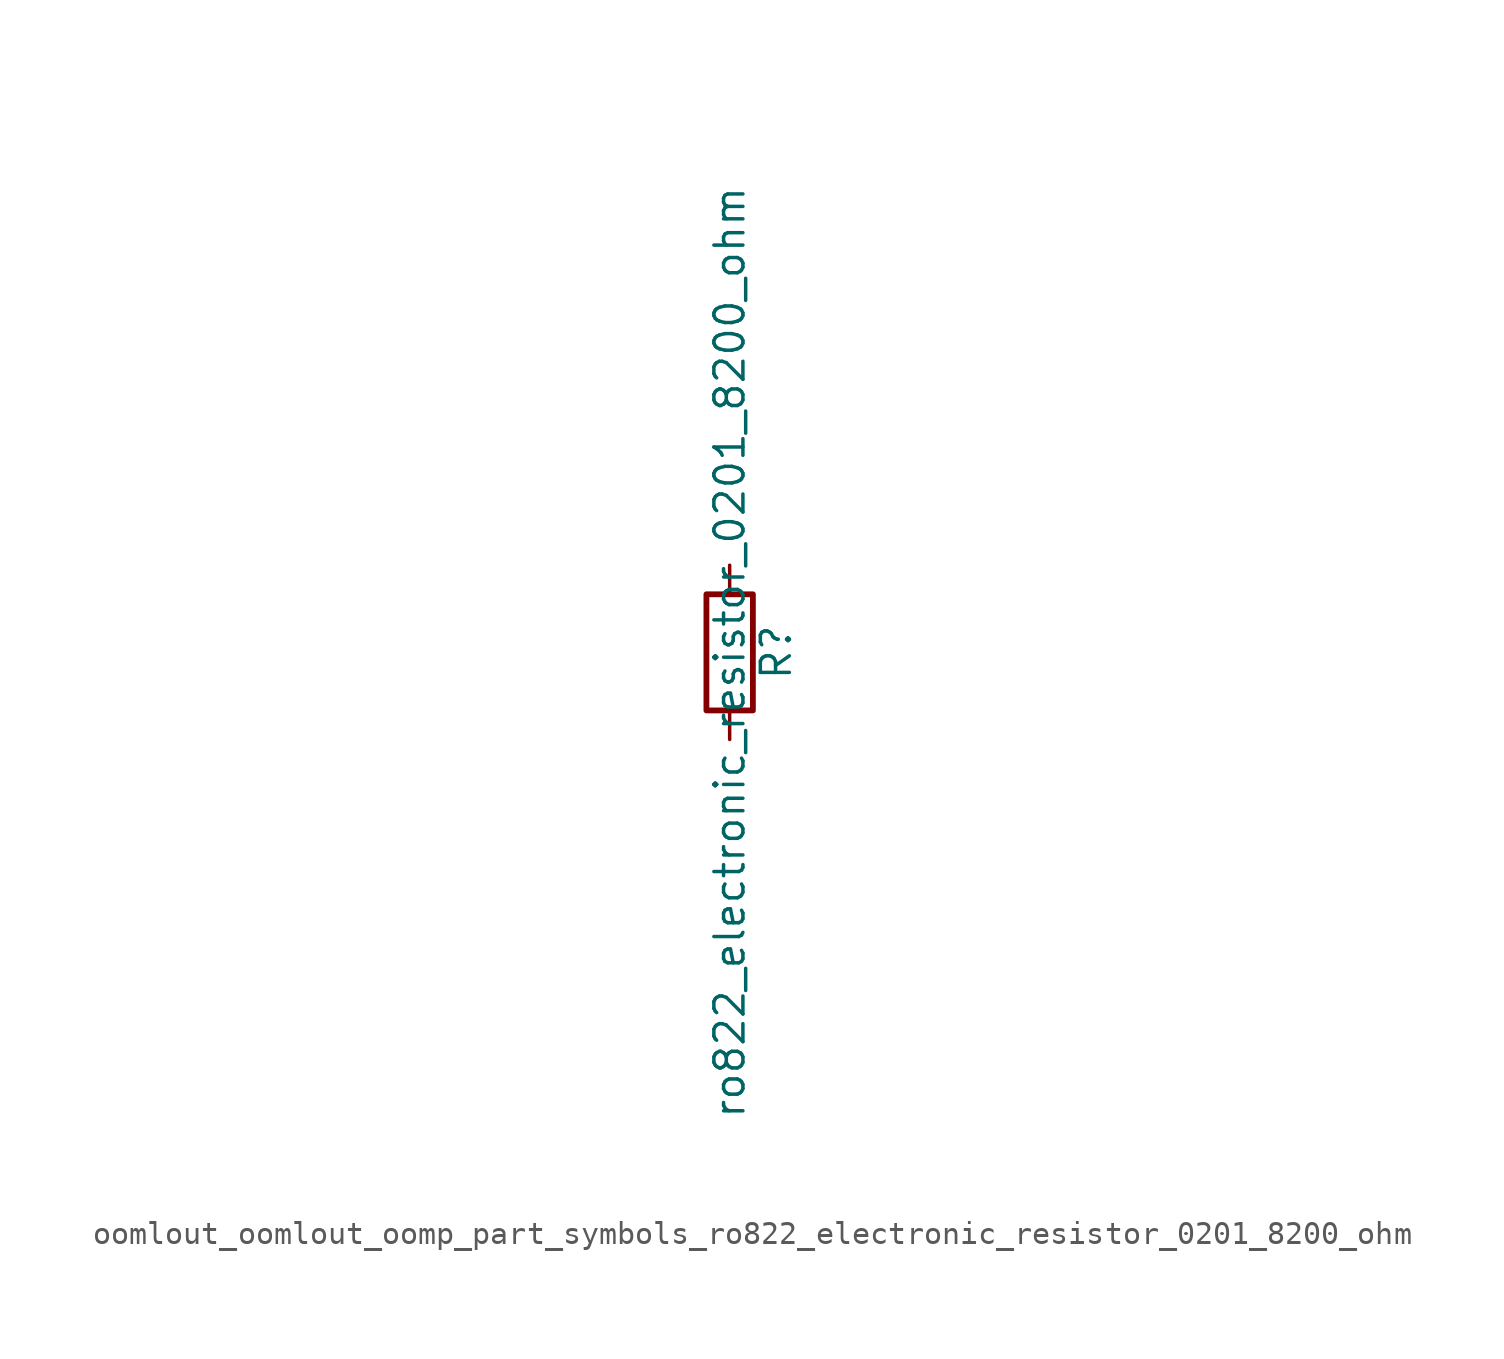
<source format=kicad_sym>
(kicad_symbol_lib
  (version 20220914)
  (generator kicad_symbol_editor)
  (symbol "oomlout_oomlout_oomp_part_symbols_ro822_electronic_resistor_0201_8200_ohm"
    (pin_numbers hide)
    (pin_names
      (offset 0))
    (property "Reference" "R"
      (at 2.032 0 90)
      (effects (font (size 1.27 1.27))))
    (property "Value" "ro822_electronic_resistor_0201_8200_ohm"
      (at 0 0 90)
      (effects (font (size 1.27 1.27))))
    (symbol "oomlout_oomlout_oomp_part_symbols_ro822_electronic_resistor_0201_8200_ohm_0_1"
      (rectangle (start -1.016 -2.54) (end 1.016 2.54) (stroke (width 0.254) (type default)) (fill (type none))))
    (symbol "oomlout_oomlout_oomp_part_symbols_ro822_electronic_resistor_0201_8200_ohm_1_1"
      (pin passive line (at 0 3.81 270) (length 1.27) (name "~" (effects (font (size 1.27 1.27)))) (number "1" (effects (font (size 1.27 1.27)))))
      (pin passive line (at 0 -3.81 90) (length 1.27) (name "~" (effects (font (size 1.27 1.27)))) (number "2" (effects (font (size 1.27 1.27))))))))
</source>
